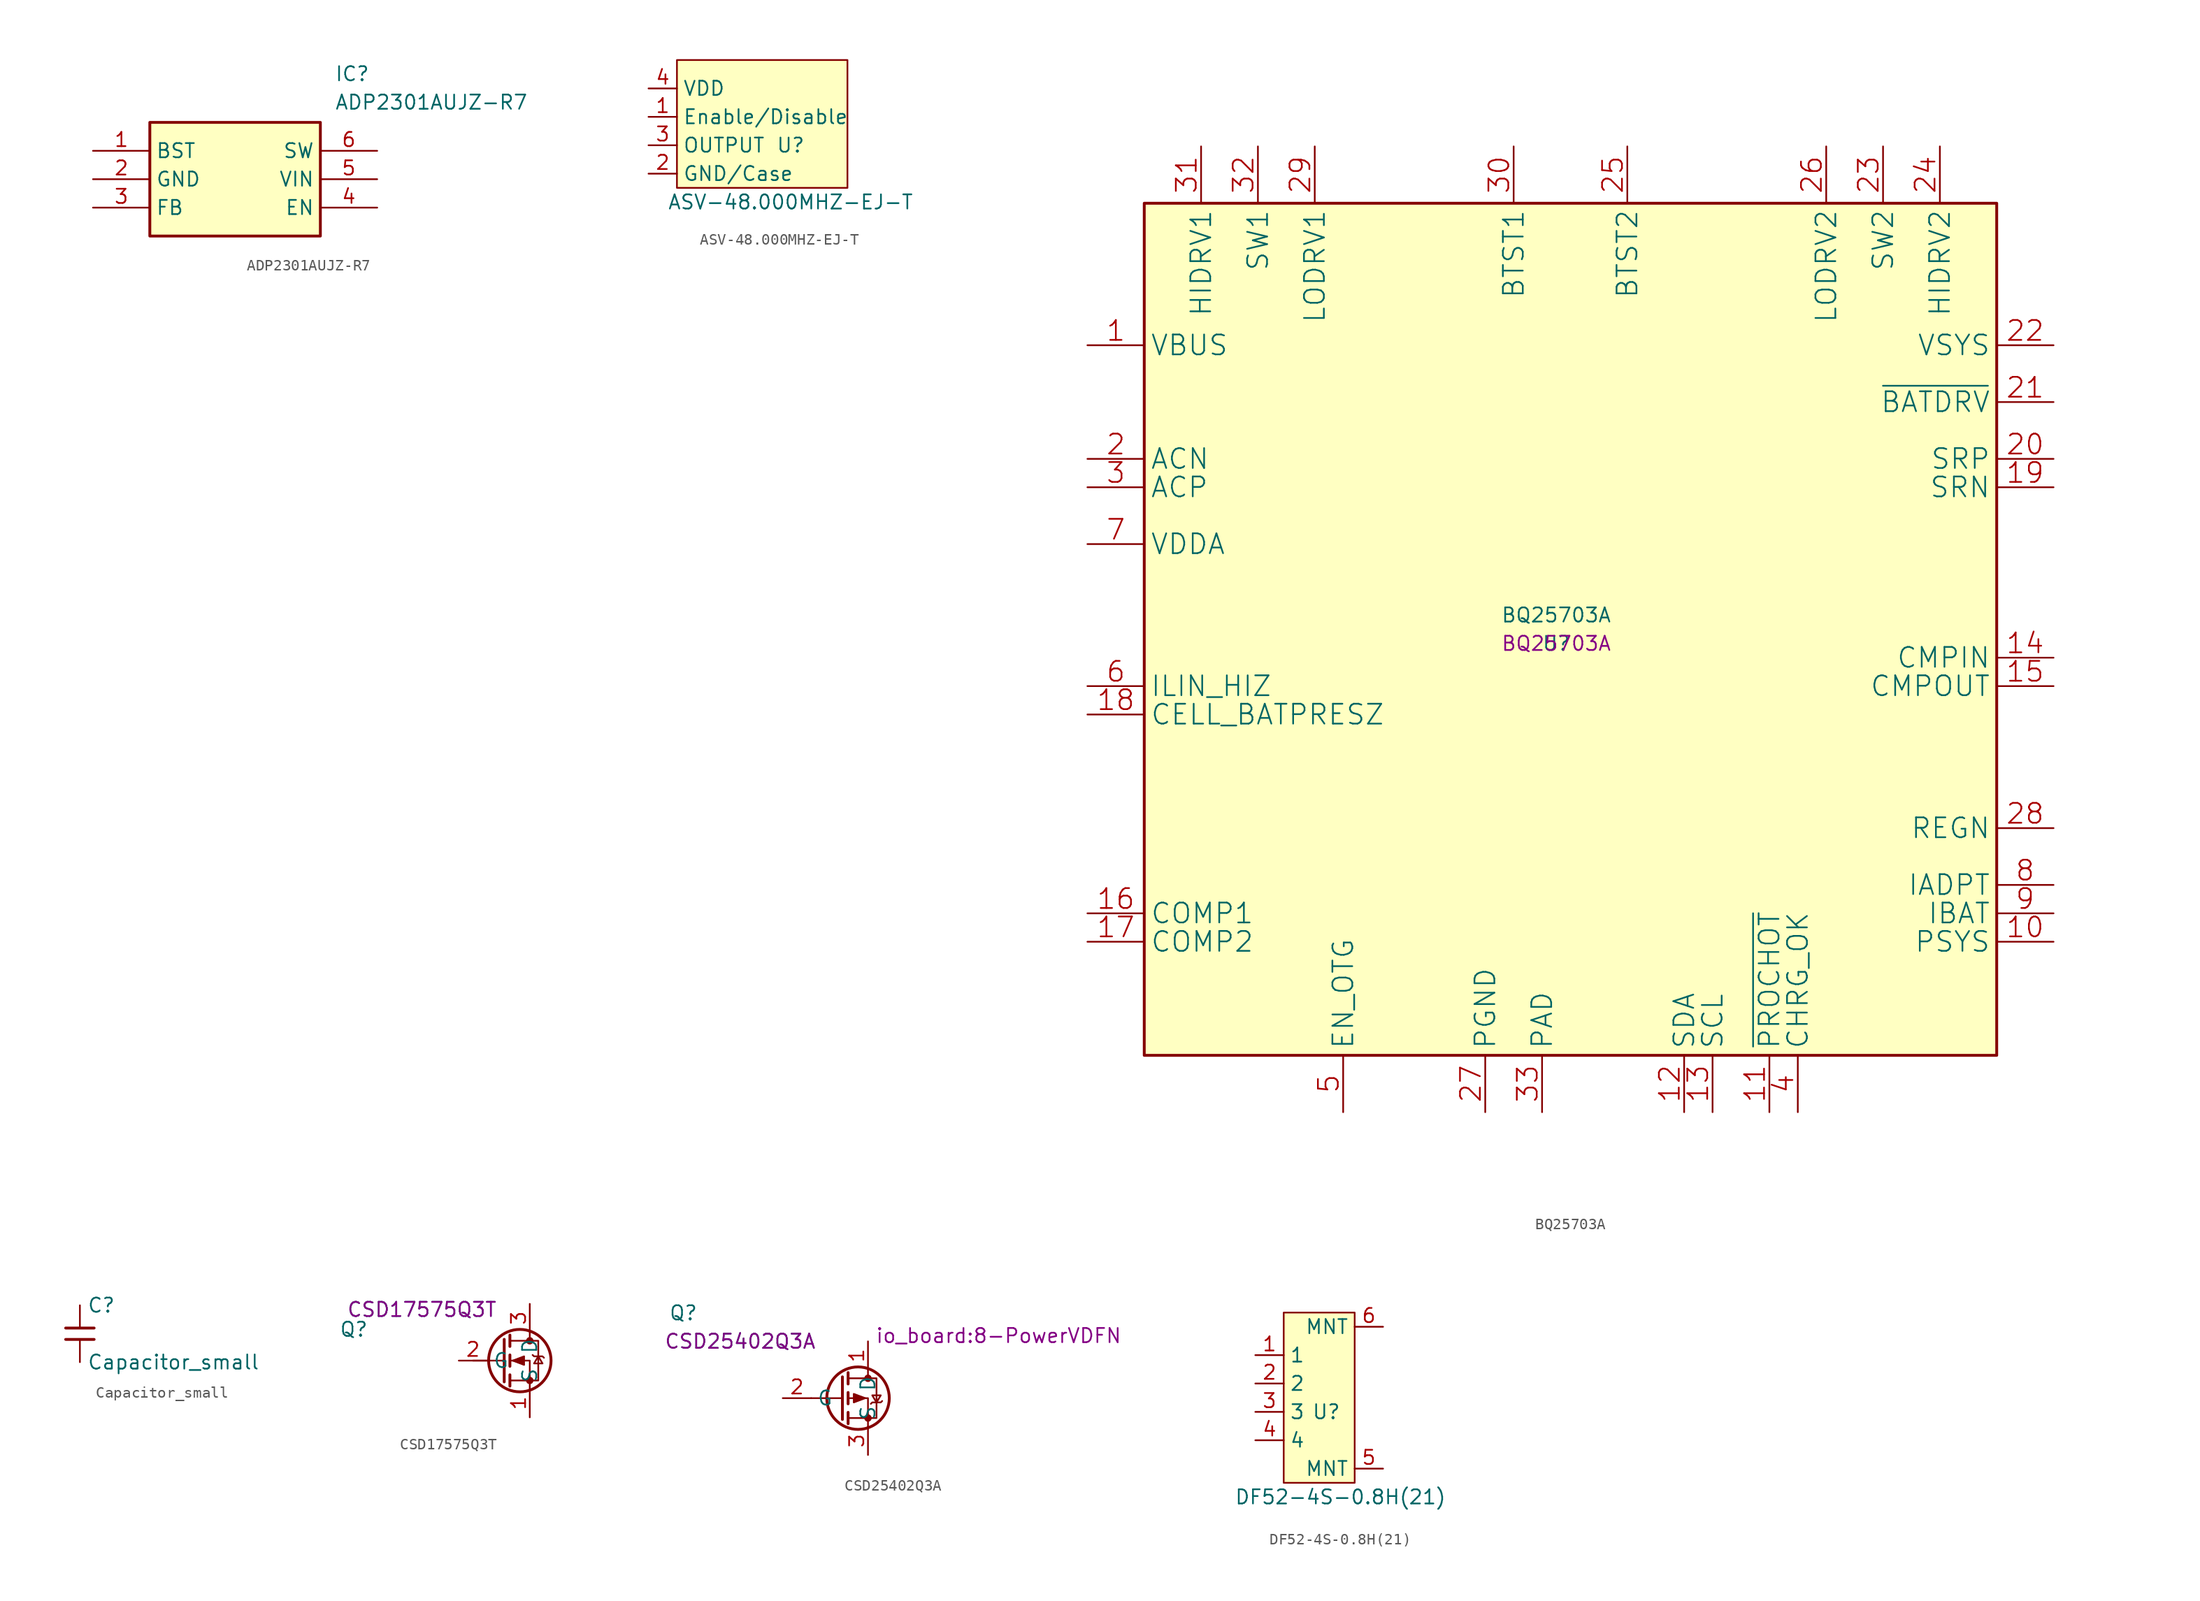
<source format=kicad_sym>
(kicad_symbol_lib
  (version 20220914)
  (generator kicad_symbol_editor)
  (symbol "ADP2301AUJZ-R7"
    (property "Reference" "IC"
      (at 21.59 7.62 0)
      (effects (font (size 1.27 1.27)) (justify left top)))
    (property "Value" "ADP2301AUJZ-R7"
      (at 21.59 5.08 0)
      (effects (font (size 1.27 1.27)) (justify left top)))
    (symbol "ADP2301AUJZ-R7_1_1"
      (rectangle (start 5.08 2.54) (end 20.32 -7.62) (stroke (width 0.254) (type default)) (fill (type background)))
      (pin passive line (at 0 0 0) (length 5.08) (name "BST" (effects (font (size 1.27 1.27)))) (number "1" (effects (font (size 1.27 1.27)))))
      (pin power_in line (at 0 -2.54 0) (length 5.08) (name "GND" (effects (font (size 1.27 1.27)))) (number "2" (effects (font (size 1.27 1.27)))))
      (pin passive line (at 0 -5.08 0) (length 5.08) (name "FB" (effects (font (size 1.27 1.27)))) (number "3" (effects (font (size 1.27 1.27)))))
      (pin passive line (at 25.4 -5.08 180) (length 5.08) (name "EN" (effects (font (size 1.27 1.27)))) (number "4" (effects (font (size 1.27 1.27)))))
      (pin input line (at 25.4 -2.54 180) (length 5.08) (name "VIN" (effects (font (size 1.27 1.27)))) (number "5" (effects (font (size 1.27 1.27)))))
      (pin passive line (at 25.4 0 180) (length 5.08) (name "SW" (effects (font (size 1.27 1.27)))) (number "6" (effects (font (size 1.27 1.27)))))))
  (symbol "ASV-48.000MHZ-EJ-T"
    (property "Reference" "U"
      (at 8.89 2.54 0)
      (effects (font (size 1.27 1.27))))
    (property "Value" "ASV-48.000MHZ-EJ-T"
      (at 8.89 -2.54 0)
      (effects (font (size 1.27 1.27))))
    (symbol "ASV-48.000MHZ-EJ-T_0_1"
      (rectangle (start -1.27 10.16) (end 13.97 -1.27) (stroke (width 0) (type default)) (fill (type background))))
    (symbol "ASV-48.000MHZ-EJ-T_1_1"
      (pin input line (at -3.81 5.08 0) (length 2.54) (name "Enable/Disable" (effects (font (size 1.27 1.27)))) (number "1" (effects (font (size 1.27 1.27)))))
      (pin input line (at -3.81 0 0) (length 2.54) (name "GND/Case" (effects (font (size 1.27 1.27)))) (number "2" (effects (font (size 1.27 1.27)))))
      (pin input line (at -3.81 2.54 0) (length 2.54) (name "OUTPUT" (effects (font (size 1.27 1.27)))) (number "3" (effects (font (size 1.27 1.27)))))
      (pin input line (at -3.81 7.62 0) (length 2.54) (name "VDD" (effects (font (size 1.27 1.27)))) (number "4" (effects (font (size 1.27 1.27)))))))
  (symbol "BQ25703A"
    (property "Reference" "U"
      (at 0 0 0)
      (effects (font (size 1.27 1.27))))
    (property "Value" "BQ25703A"
      (at 0 2.54 0)
      (effects (font (size 1.27 1.27))))
    (property "MPN" "BQ25703A"
      (at 0 0 0)
      (effects (font (size 1.27 1.27))))
    (symbol "BQ25703A_0_1"
      (rectangle (start -36.83 -36.83) (end 39.37 39.37) (stroke (width 0.254) (type default)) (fill (type background)))
      (pin power_in line (at -41.91 26.67 0) (length 5.08) (name "VBUS" (effects (font (size 1.778 1.778)))) (number "1" (effects (font (size 1.778 1.778)))))
      (pin output line (at 44.45 -26.67 180) (length 5.08) (name "PSYS" (effects (font (size 1.778 1.778)))) (number "10" (effects (font (size 1.778 1.778)))))
      (pin open_collector line (at 19.05 -41.91 90) (length 5.08) (name "~{PROCHOT}" (effects (font (size 1.778 1.778)))) (number "11" (effects (font (size 1.778 1.778)))))
      (pin bidirectional line (at 11.43 -41.91 90) (length 5.08) (name "SDA" (effects (font (size 1.778 1.778)))) (number "12" (effects (font (size 1.778 1.778)))))
      (pin input line (at 13.97 -41.91 90) (length 5.08) (name "SCL" (effects (font (size 1.778 1.778)))) (number "13" (effects (font (size 1.778 1.778)))))
      (pin input line (at 44.45 -1.27 180) (length 5.08) (name "CMPIN" (effects (font (size 1.778 1.778)))) (number "14" (effects (font (size 1.778 1.778)))))
      (pin output line (at 44.45 -3.81 180) (length 5.08) (name "CMPOUT" (effects (font (size 1.778 1.778)))) (number "15" (effects (font (size 1.778 1.778)))))
      (pin passive line (at -41.91 -24.13 0) (length 5.08) (name "COMP1" (effects (font (size 1.778 1.778)))) (number "16" (effects (font (size 1.778 1.778)))))
      (pin passive line (at -41.91 -26.67 0) (length 5.08) (name "COMP2" (effects (font (size 1.778 1.778)))) (number "17" (effects (font (size 1.778 1.778)))))
      (pin input line (at -41.91 -6.35 0) (length 5.08) (name "CELL_BATPRESZ" (effects (font (size 1.778 1.778)))) (number "18" (effects (font (size 1.778 1.778)))))
      (pin power_in line (at 44.45 13.97 180) (length 5.08) (name "SRN" (effects (font (size 1.778 1.778)))) (number "19" (effects (font (size 1.778 1.778)))))
      (pin power_in line (at -41.91 16.51 0) (length 5.08) (name "ACN" (effects (font (size 1.778 1.778)))) (number "2" (effects (font (size 1.778 1.778)))))
      (pin power_in line (at 44.45 16.51 180) (length 5.08) (name "SRP" (effects (font (size 1.778 1.778)))) (number "20" (effects (font (size 1.778 1.778)))))
      (pin output line (at 44.45 21.59 180) (length 5.08) (name "~{BATDRV}" (effects (font (size 1.778 1.778)))) (number "21" (effects (font (size 1.778 1.778)))))
      (pin power_in line (at 44.45 26.67 180) (length 5.08) (name "VSYS" (effects (font (size 1.778 1.778)))) (number "22" (effects (font (size 1.778 1.778)))))
      (pin power_in line (at 29.21 44.45 270) (length 5.08) (name "SW2" (effects (font (size 1.778 1.778)))) (number "23" (effects (font (size 1.778 1.778)))))
      (pin output line (at 34.29 44.45 270) (length 5.08) (name "HIDRV2" (effects (font (size 1.778 1.778)))) (number "24" (effects (font (size 1.778 1.778)))))
      (pin power_in line (at 6.35 44.45 270) (length 5.08) (name "BTST2" (effects (font (size 1.778 1.778)))) (number "25" (effects (font (size 1.778 1.778)))))
      (pin output line (at 24.13 44.45 270) (length 5.08) (name "LODRV2" (effects (font (size 1.778 1.778)))) (number "26" (effects (font (size 1.778 1.778)))))
      (pin power_in line (at -6.35 -41.91 90) (length 5.08) (name "PGND" (effects (font (size 1.778 1.778)))) (number "27" (effects (font (size 1.778 1.778)))))
      (pin power_in line (at 44.45 -16.51 180) (length 5.08) (name "REGN" (effects (font (size 1.778 1.778)))) (number "28" (effects (font (size 1.778 1.778)))))
      (pin output line (at -21.59 44.45 270) (length 5.08) (name "LODRV1" (effects (font (size 1.778 1.778)))) (number "29" (effects (font (size 1.778 1.778)))))
      (pin power_in line (at -41.91 13.97 0) (length 5.08) (name "ACP" (effects (font (size 1.778 1.778)))) (number "3" (effects (font (size 1.778 1.778)))))
      (pin power_in line (at -3.81 44.45 270) (length 5.08) (name "BTST1" (effects (font (size 1.778 1.778)))) (number "30" (effects (font (size 1.778 1.778)))))
      (pin output line (at -31.75 44.45 270) (length 5.08) (name "HIDRV1" (effects (font (size 1.778 1.778)))) (number "31" (effects (font (size 1.778 1.778)))))
      (pin power_in line (at -26.67 44.45 270) (length 5.08) (name "SW1" (effects (font (size 1.778 1.778)))) (number "32" (effects (font (size 1.778 1.778)))))
      (pin power_in line (at -1.27 -41.91 90) (length 5.08) (name "PAD" (effects (font (size 1.778 1.778)))) (number "33" (effects (font (size 1.778 1.778)))))
      (pin output line (at 21.59 -41.91 90) (length 5.08) (name "CHRG_OK" (effects (font (size 1.778 1.778)))) (number "4" (effects (font (size 1.778 1.778)))))
      (pin input line (at -19.05 -41.91 90) (length 5.08) (name "EN_OTG" (effects (font (size 1.778 1.778)))) (number "5" (effects (font (size 1.778 1.778)))))
      (pin input line (at -41.91 -3.81 0) (length 5.08) (name "ILIN_HIZ" (effects (font (size 1.778 1.778)))) (number "6" (effects (font (size 1.778 1.778)))))
      (pin power_in line (at -41.91 8.89 0) (length 5.08) (name "VDDA" (effects (font (size 1.778 1.778)))) (number "7" (effects (font (size 1.778 1.778)))))
      (pin output line (at 44.45 -21.59 180) (length 5.08) (name "IADPT" (effects (font (size 1.778 1.778)))) (number "8" (effects (font (size 1.778 1.778)))))
      (pin output line (at 44.45 -24.13 180) (length 5.08) (name "IBAT" (effects (font (size 1.778 1.778)))) (number "9" (effects (font (size 1.778 1.778)))))))
  (symbol "Capacitor_small"
    (pin_numbers hide)
    (pin_names
      (offset 0.254))
    (property "Reference" "C"
      (at 0.635 2.54 0)
      (effects (font (size 1.27 1.27)) (justify left)))
    (property "Value" "Capacitor_small"
      (at 0.635 -2.54 0)
      (effects (font (size 1.27 1.27)) (justify left)))
    (symbol "Capacitor_small_0_1"
      (polyline (pts (xy -1.27 -0.508) (xy 1.27 -0.508)) (stroke (width 0.254) (type default)) (fill (type none)))
      (polyline (pts (xy -1.27 0.508) (xy 1.27 0.508)) (stroke (width 0.254) (type default)) (fill (type none))))
    (symbol "Capacitor_small_1_1"
      (pin passive line (at 0 2.54 270) (length 1.905) (name "~" (effects (font (size 1.27 1.27)))) (number "1" (effects (font (size 1.27 1.27)))))
      (pin passive line (at 0 -2.54 90) (length 1.905) (name "~" (effects (font (size 1.27 1.27)))) (number "2" (effects (font (size 1.27 1.27)))))))
  (symbol "CSD17575Q3T"
    (property "Reference" "Q"
      (at -13.208 2.794 0)
      (effects (font (size 1.27 1.27))))
    (property "Value" "CSD17575Q3T"
      (at -7.112 4.572 0)
      (effects (font (size 1.27 1.27))))
    (property "MPN" "CSD17575Q3T"
      (at -7.112 4.572 0)
      (effects (font (size 1.27 1.27))))
    (symbol "CSD17575Q3T_0_1"
      (polyline (pts (xy 0.254 0) (xy -2.54 0)) (stroke (width 0) (type default)) (fill (type none)))
      (polyline (pts (xy 0.254 1.905) (xy 0.254 -1.905)) (stroke (width 0.254) (type default)) (fill (type none)))
      (polyline (pts (xy 0.762 -1.27) (xy 0.762 -2.286)) (stroke (width 0.254) (type default)) (fill (type none)))
      (polyline (pts (xy 0.762 0.508) (xy 0.762 -0.508)) (stroke (width 0.254) (type default)) (fill (type none)))
      (polyline (pts (xy 0.762 2.286) (xy 0.762 1.27)) (stroke (width 0.254) (type default)) (fill (type none)))
      (polyline (pts (xy 2.54 2.54) (xy 2.54 1.778)) (stroke (width 0) (type default)) (fill (type none)))
      (polyline (pts (xy 2.54 -2.54) (xy 2.54 0) (xy 0.762 0)) (stroke (width 0) (type default)) (fill (type none)))
      (polyline (pts (xy 0.762 -1.778) (xy 3.302 -1.778) (xy 3.302 1.778) (xy 0.762 1.778)) (stroke (width 0) (type default)) (fill (type none)))
      (polyline (pts (xy 1.016 0) (xy 2.032 0.381) (xy 2.032 -0.381) (xy 1.016 0)) (stroke (width 0) (type default)) (fill (type outline)))
      (polyline (pts (xy 2.794 0.508) (xy 2.921 0.381) (xy 3.683 0.381) (xy 3.81 0.254)) (stroke (width 0) (type default)) (fill (type none)))
      (polyline (pts (xy 3.302 0.381) (xy 2.921 -0.254) (xy 3.683 -0.254) (xy 3.302 0.381)) (stroke (width 0) (type default)) (fill (type none)))
      (circle (center 1.651 0) (radius 2.794) (stroke (width 0.254) (type default)) (fill (type none)))
      (circle (center 2.54 -1.778) (radius 0.254) (stroke (width 0) (type default)) (fill (type outline)))
      (circle (center 2.54 1.778) (radius 0.254) (stroke (width 0) (type default)) (fill (type outline))))
    (symbol "CSD17575Q3T_1_1"
      (pin passive line (at 2.54 -5.08 90) (length 2.54) (name "S" (effects (font (size 1.27 1.27)))) (number "1" (effects (font (size 1.27 1.27)))))
      (pin input line (at -3.81 0 0) (length 2.54) (name "G" (effects (font (size 1.27 1.27)))) (number "2" (effects (font (size 1.27 1.27)))))
      (pin passive line (at 2.54 5.08 270) (length 2.54) (name "D" (effects (font (size 1.27 1.27)))) (number "3" (effects (font (size 1.27 1.27)))))))
  (symbol "CSD25402Q3A"
    (property "Reference" "Q"
      (at -13.97 7.62 0)
      (effects (font (size 1.27 1.27))))
    (property "Value" "CSD25402Q3A"
      (at -8.89 5.08 0)
      (effects (font (size 1.27 1.27))))
    (property "Footprint" "io_board:8-PowerVDFN"
      (at 14.224 5.588 0)
      (effects (font (size 1.27 1.27))))
    (property "MPN" "CSD25402Q3A"
      (at -8.89 5.08 0)
      (effects (font (size 1.27 1.27))))
    (symbol "CSD25402Q3A_0_1"
      (polyline (pts (xy 0.254 0) (xy -2.54 0)) (stroke (width 0) (type default)) (fill (type none)))
      (polyline (pts (xy 0.254 1.905) (xy 0.254 -1.905)) (stroke (width 0.254) (type default)) (fill (type none)))
      (polyline (pts (xy 0.762 -1.27) (xy 0.762 -2.286)) (stroke (width 0.254) (type default)) (fill (type none)))
      (polyline (pts (xy 0.762 0.508) (xy 0.762 -0.508)) (stroke (width 0.254) (type default)) (fill (type none)))
      (polyline (pts (xy 0.762 2.286) (xy 0.762 1.27)) (stroke (width 0.254) (type default)) (fill (type none)))
      (polyline (pts (xy 2.54 2.54) (xy 2.54 1.778)) (stroke (width 0) (type default)) (fill (type none)))
      (polyline (pts (xy 2.54 -2.54) (xy 2.54 0) (xy 0.762 0)) (stroke (width 0) (type default)) (fill (type none)))
      (polyline (pts (xy 0.762 1.778) (xy 3.302 1.778) (xy 3.302 -1.778) (xy 0.762 -1.778)) (stroke (width 0) (type default)) (fill (type none)))
      (polyline (pts (xy 2.286 0) (xy 1.27 0.381) (xy 1.27 -0.381) (xy 2.286 0)) (stroke (width 0) (type default)) (fill (type outline)))
      (polyline (pts (xy 2.794 -0.508) (xy 2.921 -0.381) (xy 3.683 -0.381) (xy 3.81 -0.254)) (stroke (width 0) (type default)) (fill (type none)))
      (polyline (pts (xy 3.302 -0.381) (xy 2.921 0.254) (xy 3.683 0.254) (xy 3.302 -0.381)) (stroke (width 0) (type default)) (fill (type none)))
      (circle (center 1.651 0) (radius 2.794) (stroke (width 0.254) (type default)) (fill (type none)))
      (circle (center 2.54 -1.778) (radius 0.254) (stroke (width 0) (type default)) (fill (type outline)))
      (circle (center 2.54 1.778) (radius 0.254) (stroke (width 0) (type default)) (fill (type outline))))
    (symbol "CSD25402Q3A_1_1"
      (pin passive line (at 2.54 5.08 270) (length 2.54) (name "D" (effects (font (size 1.27 1.27)))) (number "1" (effects (font (size 1.27 1.27)))))
      (pin input line (at -5.08 0 0) (length 2.54) (name "G" (effects (font (size 1.27 1.27)))) (number "2" (effects (font (size 1.27 1.27)))))
      (pin passive line (at 2.54 -5.08 90) (length 2.54) (name "S" (effects (font (size 1.27 1.27)))) (number "3" (effects (font (size 1.27 1.27)))))))
  (symbol "DF52-4S-0.8H(21)"
    (property "Reference" "U"
      (at 0 -1.27 0)
      (effects (font (size 1.27 1.27))))
    (property "Value" "DF52-4S-0.8H(21)"
      (at 1.27 -8.89 0)
      (effects (font (size 1.27 1.27))))
    (symbol "DF52-4S-0.8H(21)_0_1"
      (rectangle (start -3.81 7.62) (end 2.54 -7.62) (stroke (width 0) (type default)) (fill (type background))))
    (symbol "DF52-4S-0.8H(21)_1_1"
      (pin input line (at -6.35 3.81 0) (length 2.54) (name "1" (effects (font (size 1.27 1.27)))) (number "1" (effects (font (size 1.27 1.27)))))
      (pin input line (at -6.35 1.27 0) (length 2.54) (name "2" (effects (font (size 1.27 1.27)))) (number "2" (effects (font (size 1.27 1.27)))))
      (pin input line (at -6.35 -1.27 0) (length 2.54) (name "3" (effects (font (size 1.27 1.27)))) (number "3" (effects (font (size 1.27 1.27)))))
      (pin input line (at -6.35 -3.81 0) (length 2.54) (name "4" (effects (font (size 1.27 1.27)))) (number "4" (effects (font (size 1.27 1.27)))))
      (pin input line (at 5.08 -6.35 180) (length 2.54) (name "MNT" (effects (font (size 1.27 1.27)))) (number "5" (effects (font (size 1.27 1.27)))))
      (pin input line (at 5.08 6.35 180) (length 2.54) (name "MNT" (effects (font (size 1.27 1.27)))) (number "6" (effects (font (size 1.27 1.27))))))))
</source>
